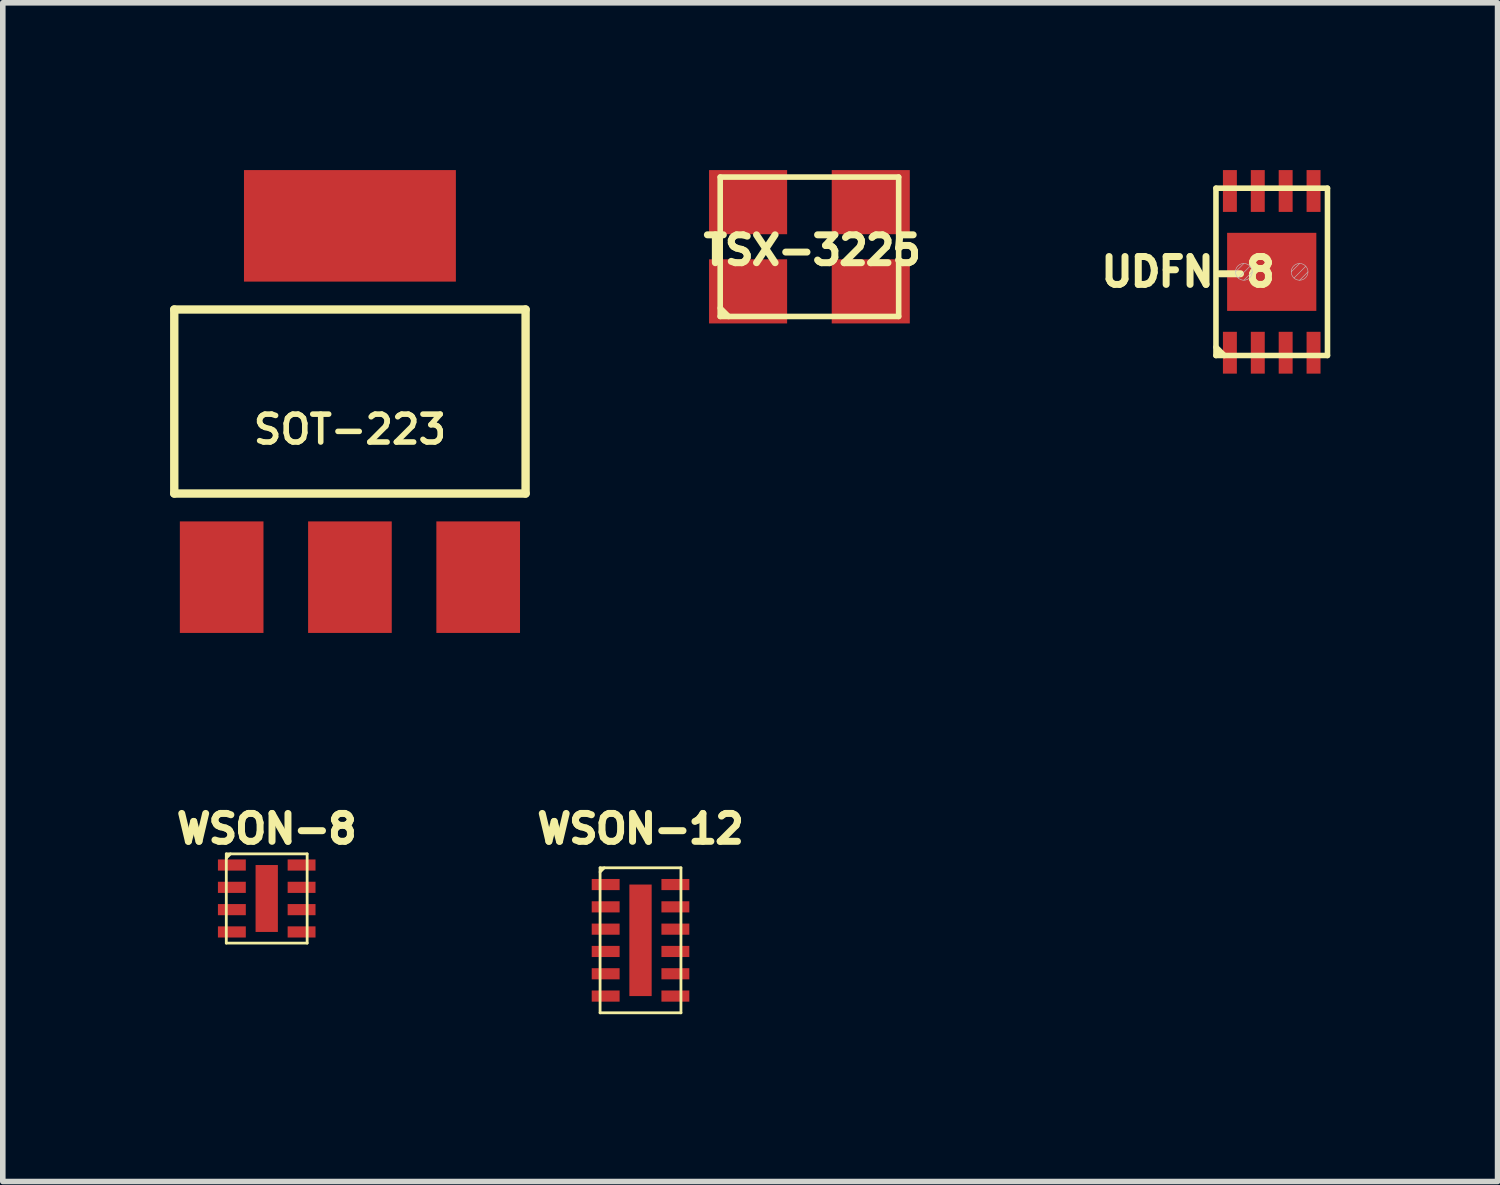
<source format=kicad_pcb>
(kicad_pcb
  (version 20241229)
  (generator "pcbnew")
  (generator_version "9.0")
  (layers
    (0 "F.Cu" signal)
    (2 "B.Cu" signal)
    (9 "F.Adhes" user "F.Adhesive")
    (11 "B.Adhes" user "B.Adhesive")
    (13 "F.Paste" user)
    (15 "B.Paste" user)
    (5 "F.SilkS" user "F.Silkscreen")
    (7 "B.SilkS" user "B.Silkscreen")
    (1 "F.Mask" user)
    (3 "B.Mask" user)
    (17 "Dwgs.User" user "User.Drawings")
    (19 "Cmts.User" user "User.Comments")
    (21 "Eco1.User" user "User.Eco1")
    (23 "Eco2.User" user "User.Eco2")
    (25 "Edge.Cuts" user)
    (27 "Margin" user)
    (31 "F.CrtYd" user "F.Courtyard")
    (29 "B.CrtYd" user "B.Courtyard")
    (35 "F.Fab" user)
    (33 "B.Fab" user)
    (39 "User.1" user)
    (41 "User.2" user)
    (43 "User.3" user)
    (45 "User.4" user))
  (footprint "SOT-223"
    (layer "F.Cu")
    (at 3.225 4.15)
    (property "Reference" "SOT-223" (at 0 0.5 0) (layer "F.SilkS") (effects (font (size 0.5 0.5) (thickness 0.1))))
    (attr through_hole)
    (fp_line (start -3.15 -1.65) (end -3.15 1.65) (stroke (width 0.15) (type solid)) (layer "F.SilkS"))
    (fp_line (start -3.15 -1.65) (end 3.15 -1.65) (stroke (width 0.15) (type solid)) (layer "F.SilkS"))
    (fp_line (start -3.15 1.65) (end 3.15 1.65) (stroke (width 0.15) (type solid)) (layer "F.SilkS"))
    (fp_line (start 3.15 -1.65) (end 3.15 1.65) (stroke (width 0.15) (type solid)) (layer "F.SilkS"))
    (pad "1" smd rect (at -2.3 3.15) (size 1.5 2) (layers "F.Cu" "F.Mask" "F.Paste"))
    (pad "2" smd rect (at 0 3.15) (size 1.5 2) (layers "F.Cu" "F.Mask" "F.Paste"))
    (pad "3" smd rect (at 2.3 3.15) (size 1.5 2) (layers "F.Cu" "F.Mask" "F.Paste"))
    (pad "4" smd rect (at 0 -3.15) (size 3.8 2) (layers "F.Cu" "F.Mask" "F.Paste")))
  (footprint "WSON-12"
    (layer "F.Cu")
    (at 8.436 13.812)
    (property "Reference" "WSON-12" (at 0 -2 0) (layer "F.SilkS") (effects (font (size 0.5 0.5) (thickness 0.125))))
    (attr smd)
    (fp_line (start -0.725 -1.3) (end -0.725 1.3) (stroke (width 0.05) (type solid)) (layer "F.SilkS"))
    (fp_line (start -0.725 1.3) (end 0.725 1.3) (stroke (width 0.05) (type solid)) (layer "F.SilkS"))
    (fp_line (start -0.65 -1.3) (end -0.725 -1.225) (stroke (width 0.05) (type solid)) (layer "F.SilkS"))
    (fp_line (start 0.725 -1.3) (end -0.725 -1.3) (stroke (width 0.05) (type solid)) (layer "F.SilkS"))
    (fp_line (start 0.725 1.3) (end 0.725 -1.3) (stroke (width 0.05) (type solid)) (layer "F.SilkS"))
    (pad "1" smd rect (at -0.625 -1) (size 0.5 0.2) (layers "F.Cu" "F.Mask" "F.Paste"))
    (pad "2" smd rect (at -0.625 -0.6) (size 0.5 0.2) (layers "F.Cu" "F.Mask" "F.Paste"))
    (pad "3" smd rect (at -0.625 -0.2) (size 0.5 0.2) (layers "F.Cu" "F.Mask" "F.Paste"))
    (pad "4" smd rect (at -0.625 0.2) (size 0.5 0.2) (layers "F.Cu" "F.Mask" "F.Paste"))
    (pad "5" smd rect (at -0.625 0.6) (size 0.5 0.2) (layers "F.Cu" "F.Mask" "F.Paste"))
    (pad "6" smd rect (at -0.625 1) (size 0.5 0.2) (layers "F.Cu" "F.Mask" "F.Paste"))
    (pad "7" smd rect (at 0.625 1) (size 0.5 0.2) (layers "F.Cu" "F.Mask" "F.Paste"))
    (pad "8" smd rect (at 0.625 0.6) (size 0.5 0.2) (layers "F.Cu" "F.Mask" "F.Paste"))
    (pad "9" smd rect (at 0.625 0.2) (size 0.5 0.2) (layers "F.Cu" "F.Mask" "F.Paste"))
    (pad "10" smd rect (at 0.625 -0.2) (size 0.5 0.2) (layers "F.Cu" "F.Mask" "F.Paste"))
    (pad "11" smd rect (at 0.625 -0.6) (size 0.5 0.2) (layers "F.Cu" "F.Mask" "F.Paste"))
    (pad "12" smd rect (at 0.625 -1) (size 0.5 0.2) (layers "F.Cu" "F.Mask" "F.Paste"))
    (pad "13" smd rect (at 0 0) (size 0.4 2) (layers "F.Cu" "F.Mask" "F.Paste")))
  (footprint "WSON-8"
    (layer "F.Cu")
    (at 1.733 13.062)
    (property "Reference" "WSON-8" (at 0 -1.25 0) (layer "F.SilkS") (effects (font (size 0.5 0.5) (thickness 0.125))))
    (attr smd)
    (fp_line (start -0.725 -0.8) (end -0.725 0.8) (stroke (width 0.05) (type solid)) (layer "F.SilkS"))
    (fp_line (start -0.725 0.8) (end 0.725 0.8) (stroke (width 0.05) (type solid)) (layer "F.SilkS"))
    (fp_line (start -0.65 -0.8) (end -0.725 -0.725) (stroke (width 0.05) (type solid)) (layer "F.SilkS"))
    (fp_line (start 0.725 -0.8) (end -0.725 -0.8) (stroke (width 0.05) (type solid)) (layer "F.SilkS"))
    (fp_line (start 0.725 0.8) (end 0.725 -0.8) (stroke (width 0.05) (type solid)) (layer "F.SilkS"))
    (pad "1" smd rect (at -0.625 -0.6) (size 0.5 0.2) (layers "F.Cu" "F.Mask" "F.Paste"))
    (pad "2" smd rect (at -0.625 -0.2) (size 0.5 0.2) (layers "F.Cu" "F.Mask" "F.Paste"))
    (pad "3" smd rect (at -0.625 0.2) (size 0.5 0.2) (layers "F.Cu" "F.Mask" "F.Paste"))
    (pad "4" smd rect (at -0.625 0.6) (size 0.5 0.2) (layers "F.Cu" "F.Mask" "F.Paste"))
    (pad "5" smd rect (at 0.625 0.6) (size 0.5 0.2) (layers "F.Cu" "F.Mask" "F.Paste"))
    (pad "6" smd rect (at 0.625 0.2) (size 0.5 0.2) (layers "F.Cu" "F.Mask" "F.Paste"))
    (pad "7" smd rect (at 0.625 -0.2) (size 0.5 0.2) (layers "F.Cu" "F.Mask" "F.Paste"))
    (pad "8" smd rect (at 0.625 -0.6) (size 0.5 0.2) (layers "F.Cu" "F.Mask" "F.Paste"))
    (pad "GND" smd rect (at 0 0) (size 0.4 1.2) (layers "F.Cu" "F.Mask" "F.Paste")))
  (footprint "UDFN-8"
    (layer "F.Cu")
    (at 19.755 1.825)
    (property "Reference" "UDFN-8" (at -1.5 0 0) (layer "F.SilkS") (effects (font (size 0.5 0.5) (thickness 0.125))))
    (attr smd)
    (fp_line (start -1 -1.5) (end -1 1.5) (stroke (width 0.1) (type solid)) (layer "F.SilkS"))
    (fp_line (start -1 -1.5) (end 1 -1.5) (stroke (width 0.1) (type solid)) (layer "F.SilkS"))
    (fp_line (start -1 1.5) (end 1 1.5) (stroke (width 0.1) (type solid)) (layer "F.SilkS"))
    (fp_line (start -0.85 1.5) (end -1 1.35) (stroke (width 0.1) (type solid)) (layer "F.SilkS"))
    (fp_line (start 1 -1.5) (end 1 1.5) (stroke (width 0.1) (type solid)) (layer "F.SilkS"))
    (fp_line (start -0.65 0) (end -0.5 -0.15) (stroke (width 0.01) (type solid)) (layer "Dwgs.User"))
    (fp_line (start -0.6 0.11) (end -0.39 -0.1) (stroke (width 0.01) (type solid)) (layer "Dwgs.User"))
    (fp_line (start -0.5 0.15) (end -0.35 0) (stroke (width 0.01) (type solid)) (layer "Dwgs.User"))
    (fp_line (start 0.35 0) (end 0.5 -0.15) (stroke (width 0.01) (type solid)) (layer "Dwgs.User"))
    (fp_line (start 0.4 0.11) (end 0.61 -0.1) (stroke (width 0.01) (type solid)) (layer "Dwgs.User"))
    (fp_line (start 0.5 0.15) (end 0.65 0) (stroke (width 0.01) (type solid)) (layer "Dwgs.User"))
    (fp_circle (center -0.5 0) (end -0.35 0) (stroke (width 0.01) (type solid)) (fill no) (layer "Dwgs.User"))
    (fp_circle (center 0.5 0) (end 0.65 0) (stroke (width 0.01) (type solid)) (fill no) (layer "Dwgs.User"))
    (pad "1" smd rect (at -0.75 1.45) (size 0.25 0.75) (layers "F.Cu" "F.Mask" "F.Paste"))
    (pad "2" smd rect (at -0.25 1.45) (size 0.25 0.75) (layers "F.Cu" "F.Mask" "F.Paste"))
    (pad "3" smd rect (at 0.25 1.45) (size 0.25 0.75) (layers "F.Cu" "F.Mask" "F.Paste"))
    (pad "4" smd rect (at 0.75 1.45) (size 0.25 0.75) (layers "F.Cu" "F.Mask" "F.Paste"))
    (pad "5" smd rect (at 0.75 -1.45) (size 0.25 0.75) (layers "F.Cu" "F.Mask" "F.Paste"))
    (pad "6" smd rect (at 0.25 -1.45) (size 0.25 0.75) (layers "F.Cu" "F.Mask" "F.Paste"))
    (pad "7" smd rect (at -0.25 -1.45) (size 0.25 0.75) (layers "F.Cu" "F.Mask" "F.Paste"))
    (pad "8" smd rect (at -0.75 -1.45) (size 0.25 0.75) (layers "F.Cu" "F.Mask" "F.Paste"))
    (pad "T" smd rect (at 0 0) (size 1.6 1.4) (layers "F.Cu" "F.Mask" "F.Paste")))
  (footprint "TSX-3225"
    (layer "F.Cu")
    (at 11.465 1.375)
    (property "Reference" "TSX-3225" (at 0.051 0.061 0) (layer "F.SilkS") (effects (font (size 0.5 0.5) (thickness 0.125))))
    (attr smd)
    (fp_line (start -1.6 -1.25) (end 1.6 -1.25) (stroke (width 0.1) (type solid)) (layer "F.SilkS"))
    (fp_line (start -1.6 1.1) (end -1.45 1.25) (stroke (width 0.1) (type solid)) (layer "F.SilkS"))
    (fp_line (start -1.6 1.25) (end -1.6 -1.25) (stroke (width 0.1) (type solid)) (layer "F.SilkS"))
    (fp_line (start 1.6 -1.25) (end 1.6 1.25) (stroke (width 0.1) (type solid)) (layer "F.SilkS"))
    (fp_line (start 1.6 1.25) (end -1.6 1.25) (stroke (width 0.1) (type solid)) (layer "F.SilkS"))
    (pad "1" smd rect (at -1.1 0.8) (size 1.4 1.15) (layers "F.Cu" "F.Mask" "F.Paste"))
    (pad "2" smd rect (at 1.1 0.8) (size 1.4 1.15) (layers "F.Cu" "F.Mask" "F.Paste"))
    (pad "3" smd rect (at 1.1 -0.8) (size 1.4 1.15) (layers "F.Cu" "F.Mask" "F.Paste"))
    (pad "4" smd rect (at -1.1 -0.8) (size 1.4 1.15) (layers "F.Cu" "F.Mask" "F.Paste")))
  (gr_rect
    (start -3 -3)
    (end 23.805 18.137)
    (stroke (width 0.1) (type default))
    (fill no)
    (layer "Edge.Cuts")))
</source>
